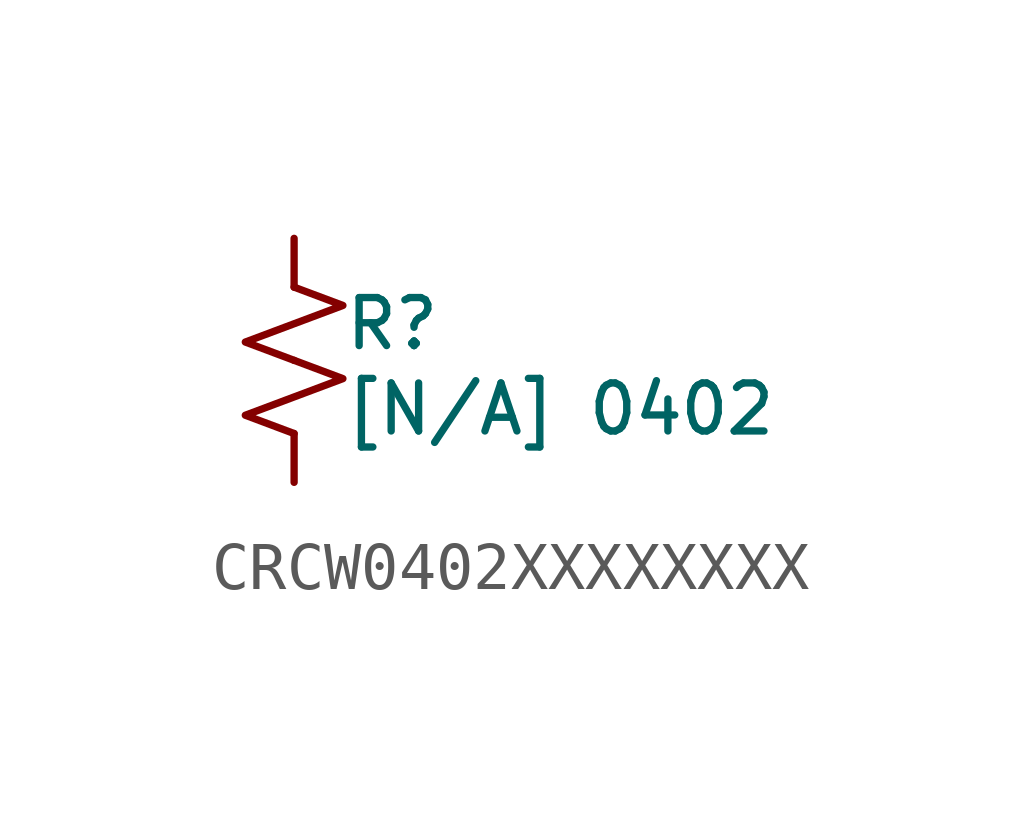
<source format=kicad_sym>
(kicad_symbol_lib
  (version 20241209)
  (generator "kicad_symbol_editor")
  (generator_version "9.0")
  (symbol "CRCW0402XXXXXXXX"
    (pin_numbers
      (hide yes))
    (pin_names
      (offset 0.254)
      (hide yes))
    (property "Reference" "R"
      (at 1.016 0.762 0)
      (effects (font (size 1 1)) (justify left)))
    (property "Value" "[N/A] 0402"
      (at 1.016 -1.016 0)
      (effects (font (size 1 1)) (justify left)))
    (symbol "CRCW0402XXXXXXXX_1_1"
      (polyline (pts (xy 0 1.524) (xy 1.016 1.143) (xy 0 0.762) (xy -1.016 0.381) (xy 0 0)) (stroke (width 0) (type default)) (fill (type none)))
      (polyline (pts (xy 0 0) (xy 1.016 -0.381) (xy 0 -0.762) (xy -1.016 -1.143) (xy 0 -1.524)) (stroke (width 0) (type default)) (fill (type none)))
      (pin passive line (at 0 2.54 270) (length 1.016) (name "~" (effects (font (size 1.27 1.27)))) (number "1" (effects (font (size 1.27 1.27)))))
      (pin passive line (at 0 -2.54 90) (length 1.016) (name "~" (effects (font (size 1.27 1.27)))) (number "2" (effects (font (size 1.27 1.27))))))))
</source>
